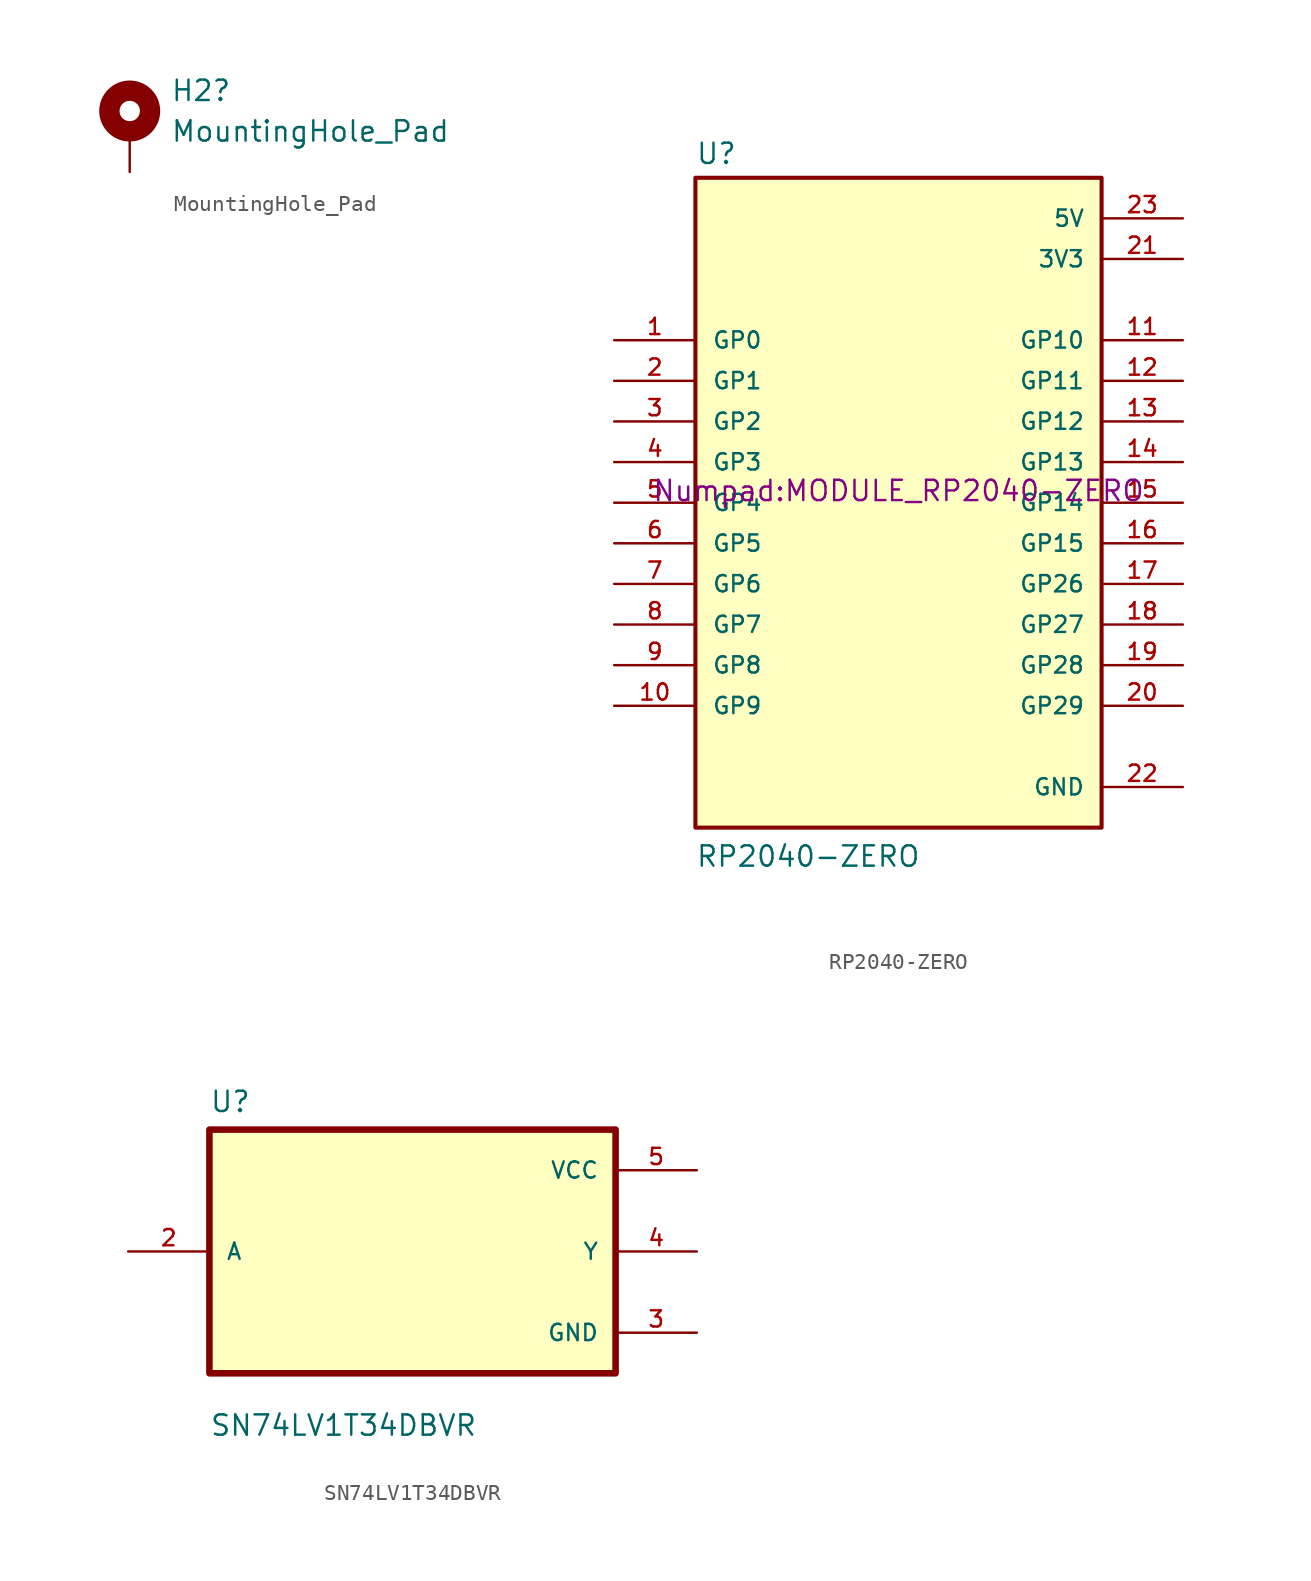
<source format=kicad_sym>
(kicad_symbol_lib
  (version 20241209)
  (generator "kicad_symbol_editor")
  (generator_version "9.0")
  (symbol "MountingHole_Pad"
    (pin_numbers
      (hide yes))
    (pin_names
      (offset 1.016)
      (hide yes))
    (property "Reference" "H2"
      (at 2.54 2.54 0)
      (effects (font (size 1.27 1.27)) (justify left)))
    (property "Value" "MountingHole_Pad"
      (at 2.54 0.0001 0)
      (effects (font (size 1.27 1.27)) (justify left)))
    (symbol "MountingHole_Pad_0_1"
      (circle (center 0 1.27) (radius 1.27) (stroke (width 1.27) (type default)) (fill (type none))))
    (symbol "MountingHole_Pad_1_1"
      (pin input line (at 0 -2.54 90) (length 2.54) (name "1" (effects (font (size 1.27 1.27)))) (number "1" (effects (font (size 1.27 1.27)))))))
  (symbol "RP2040-ZERO"
    (pin_names
      (offset 1.016))
    (property "Reference" "U"
      (at -12.7 21.082 0)
      (effects (font (size 1.27 1.27)) (justify left bottom)))
    (property "Value" "RP2040-ZERO"
      (at -12.7 -22.86 0)
      (effects (font (size 1.27 1.27)) (justify left bottom)))
    (property "Footprint" "Numpad:MODULE_RP2040-ZERO"
      (at 0 0 0)
      (effects (font (size 1.27 1.27)) (justify bottom)))
    (symbol "RP2040-ZERO_0_0"
      (rectangle (start -12.7 -20.32) (end 12.7 20.32) (stroke (width 0.254) (type default)) (fill (type background)))
      (pin bidirectional line (at -17.78 10.16 0) (length 5.08) (name "GP0" (effects (font (size 1.016 1.016)))) (number "1" (effects (font (size 1.016 1.016)))))
      (pin bidirectional line (at -17.78 7.62 0) (length 5.08) (name "GP1" (effects (font (size 1.016 1.016)))) (number "2" (effects (font (size 1.016 1.016)))))
      (pin bidirectional line (at -17.78 5.08 0) (length 5.08) (name "GP2" (effects (font (size 1.016 1.016)))) (number "3" (effects (font (size 1.016 1.016)))))
      (pin bidirectional line (at -17.78 2.54 0) (length 5.08) (name "GP3" (effects (font (size 1.016 1.016)))) (number "4" (effects (font (size 1.016 1.016)))))
      (pin bidirectional line (at -17.78 0 0) (length 5.08) (name "GP4" (effects (font (size 1.016 1.016)))) (number "5" (effects (font (size 1.016 1.016)))))
      (pin bidirectional line (at -17.78 -2.54 0) (length 5.08) (name "GP5" (effects (font (size 1.016 1.016)))) (number "6" (effects (font (size 1.016 1.016)))))
      (pin bidirectional line (at -17.78 -5.08 0) (length 5.08) (name "GP6" (effects (font (size 1.016 1.016)))) (number "7" (effects (font (size 1.016 1.016)))))
      (pin bidirectional line (at -17.78 -7.62 0) (length 5.08) (name "GP7" (effects (font (size 1.016 1.016)))) (number "8" (effects (font (size 1.016 1.016)))))
      (pin bidirectional line (at -17.78 -10.16 0) (length 5.08) (name "GP8" (effects (font (size 1.016 1.016)))) (number "9" (effects (font (size 1.016 1.016)))))
      (pin bidirectional line (at -17.78 -12.7 0) (length 5.08) (name "GP9" (effects (font (size 1.016 1.016)))) (number "10" (effects (font (size 1.016 1.016)))))
      (pin power_in line (at 17.78 17.78 180) (length 5.08) (name "5V" (effects (font (size 1.016 1.016)))) (number "23" (effects (font (size 1.016 1.016)))))
      (pin power_in line (at 17.78 15.24 180) (length 5.08) (name "3V3" (effects (font (size 1.016 1.016)))) (number "21" (effects (font (size 1.016 1.016)))))
      (pin bidirectional line (at 17.78 10.16 180) (length 5.08) (name "GP10" (effects (font (size 1.016 1.016)))) (number "11" (effects (font (size 1.016 1.016)))))
      (pin bidirectional line (at 17.78 7.62 180) (length 5.08) (name "GP11" (effects (font (size 1.016 1.016)))) (number "12" (effects (font (size 1.016 1.016)))))
      (pin bidirectional line (at 17.78 5.08 180) (length 5.08) (name "GP12" (effects (font (size 1.016 1.016)))) (number "13" (effects (font (size 1.016 1.016)))))
      (pin bidirectional line (at 17.78 2.54 180) (length 5.08) (name "GP13" (effects (font (size 1.016 1.016)))) (number "14" (effects (font (size 1.016 1.016)))))
      (pin bidirectional line (at 17.78 0 180) (length 5.08) (name "GP14" (effects (font (size 1.016 1.016)))) (number "15" (effects (font (size 1.016 1.016)))))
      (pin bidirectional line (at 17.78 -2.54 180) (length 5.08) (name "GP15" (effects (font (size 1.016 1.016)))) (number "16" (effects (font (size 1.016 1.016)))))
      (pin bidirectional line (at 17.78 -5.08 180) (length 5.08) (name "GP26" (effects (font (size 1.016 1.016)))) (number "17" (effects (font (size 1.016 1.016)))))
      (pin bidirectional line (at 17.78 -7.62 180) (length 5.08) (name "GP27" (effects (font (size 1.016 1.016)))) (number "18" (effects (font (size 1.016 1.016)))))
      (pin bidirectional line (at 17.78 -10.16 180) (length 5.08) (name "GP28" (effects (font (size 1.016 1.016)))) (number "19" (effects (font (size 1.016 1.016)))))
      (pin bidirectional line (at 17.78 -12.7 180) (length 5.08) (name "GP29" (effects (font (size 1.016 1.016)))) (number "20" (effects (font (size 1.016 1.016)))))
      (pin power_in line (at 17.78 -17.78 180) (length 5.08) (name "GND" (effects (font (size 1.016 1.016)))) (number "22" (effects (font (size 1.016 1.016)))))))
  (symbol "SN74LV1T34DBVR"
    (pin_names
      (offset 1.016))
    (property "Reference" "U"
      (at -12.7 8.62 0)
      (effects (font (size 1.27 1.27)) (justify left bottom)))
    (property "Value" "SN74LV1T34DBVR"
      (at -12.7 -11.62 0)
      (effects (font (size 1.27 1.27)) (justify left bottom)))
    (symbol "SN74LV1T34DBVR_0_0"
      (rectangle (start -12.7 -7.62) (end 12.7 7.62) (stroke (width 0.41) (type default)) (fill (type background)))
      (pin input line (at -17.78 0 0) (length 5.08) (name "A" (effects (font (size 1.016 1.016)))) (number "2" (effects (font (size 1.016 1.016)))))
      (pin power_in line (at 17.78 5.08 180) (length 5.08) (name "VCC" (effects (font (size 1.016 1.016)))) (number "5" (effects (font (size 1.016 1.016)))))
      (pin output line (at 17.78 0 180) (length 5.08) (name "Y" (effects (font (size 1.016 1.016)))) (number "4" (effects (font (size 1.016 1.016)))))
      (pin power_in line (at 17.78 -5.08 180) (length 5.08) (name "GND" (effects (font (size 1.016 1.016)))) (number "3" (effects (font (size 1.016 1.016))))))))
</source>
